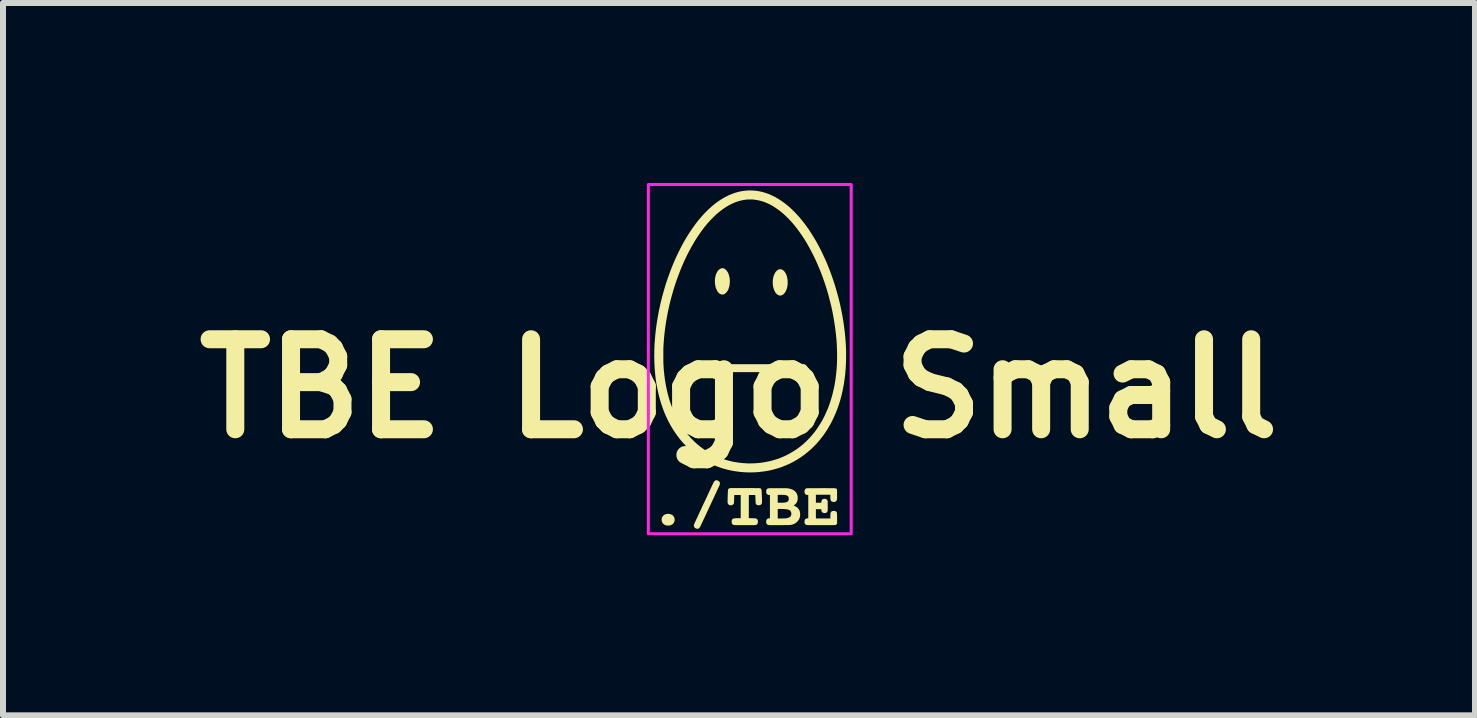
<source format=kicad_pcb>
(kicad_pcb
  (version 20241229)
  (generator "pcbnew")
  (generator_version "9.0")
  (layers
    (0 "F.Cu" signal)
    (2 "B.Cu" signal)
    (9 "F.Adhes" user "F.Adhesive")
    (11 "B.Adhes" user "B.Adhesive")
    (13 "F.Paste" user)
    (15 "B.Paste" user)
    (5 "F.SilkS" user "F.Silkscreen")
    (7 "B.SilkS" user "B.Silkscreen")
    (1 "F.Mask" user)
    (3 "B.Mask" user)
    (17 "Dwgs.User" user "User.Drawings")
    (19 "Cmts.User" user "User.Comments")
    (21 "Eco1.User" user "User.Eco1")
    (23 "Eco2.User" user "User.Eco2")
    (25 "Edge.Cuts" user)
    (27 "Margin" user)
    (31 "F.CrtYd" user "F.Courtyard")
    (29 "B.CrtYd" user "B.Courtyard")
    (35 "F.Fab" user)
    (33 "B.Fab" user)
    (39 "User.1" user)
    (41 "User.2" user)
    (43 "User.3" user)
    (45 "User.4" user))
  (footprint "TBE Logo Small"
    (layer "F.Cu")
    (at 9.264 3.425)
    (property "Reference" "TBE Logo Small" (at 0 0 0) (layer "F.SilkS") (effects (font (size 1.5 1.5) (thickness 0.3))))
    (attr board_only exclude_from_pos_files exclude_from_bom)
    (fp_poly (pts (xy -1.171 2.088) (xy -1.157 2.09) (xy -1.147 2.092) (xy -1.128 2.098) (xy -1.112 2.107) (xy -1.099 2.118) (xy -1.088 2.131) (xy -1.08 2.146) (xy -1.074 2.162) (xy -1.072 2.179) (xy -1.073 2.198) (xy -1.076 2.215) (xy -1.083 2.231) (xy -1.092 2.245) (xy -1.104 2.258) (xy -1.119 2.268) (xy -1.136 2.276) (xy -1.138 2.277) (xy -1.145 2.279) (xy -1.15 2.281) (xy -1.156 2.282) (xy -1.163 2.282) (xy -1.173 2.283) (xy -1.176 2.283) (xy -1.191 2.283) (xy -1.202 2.282) (xy -1.209 2.281) (xy -1.228 2.275) (xy -1.244 2.267) (xy -1.258 2.256) (xy -1.27 2.244) (xy -1.279 2.229) (xy -1.285 2.212) (xy -1.286 2.209) (xy -1.288 2.197) (xy -1.288 2.185) (xy -1.288 2.172) (xy -1.286 2.16) (xy -1.284 2.153) (xy -1.276 2.137) (xy -1.266 2.123) (xy -1.253 2.111) (xy -1.239 2.101) (xy -1.222 2.094) (xy -1.214 2.092) (xy -1.201 2.089) (xy -1.187 2.088)) (stroke (width 0) (type solid)) (fill yes) (layer "F.SilkS"))
    (fp_poly (pts (xy 0.699 -1.988) (xy 0.714 -1.984) (xy 0.728 -1.977) (xy 0.742 -1.967) (xy 0.755 -1.954) (xy 0.767 -1.938) (xy 0.778 -1.92) (xy 0.783 -1.911) (xy 0.792 -1.889) (xy 0.8 -1.864) (xy 0.806 -1.838) (xy 0.81 -1.813) (xy 0.811 -1.803) (xy 0.811 -1.791) (xy 0.812 -1.777) (xy 0.812 -1.762) (xy 0.811 -1.748) (xy 0.811 -1.734) (xy 0.81 -1.723) (xy 0.809 -1.721) (xy 0.805 -1.694) (xy 0.799 -1.67) (xy 0.791 -1.647) (xy 0.782 -1.626) (xy 0.771 -1.607) (xy 0.759 -1.59) (xy 0.746 -1.576) (xy 0.733 -1.565) (xy 0.718 -1.557) (xy 0.71 -1.554) (xy 0.699 -1.551) (xy 0.688 -1.55) (xy 0.677 -1.551) (xy 0.667 -1.552) (xy 0.667 -1.553) (xy 0.652 -1.559) (xy 0.637 -1.569) (xy 0.623 -1.582) (xy 0.61 -1.597) (xy 0.599 -1.615) (xy 0.589 -1.636) (xy 0.58 -1.659) (xy 0.573 -1.683) (xy 0.57 -1.696) (xy 0.565 -1.726) (xy 0.563 -1.757) (xy 0.563 -1.788) (xy 0.566 -1.818) (xy 0.571 -1.847) (xy 0.578 -1.875) (xy 0.588 -1.901) (xy 0.6 -1.925) (xy 0.608 -1.938) (xy 0.615 -1.948) (xy 0.624 -1.957) (xy 0.633 -1.966) (xy 0.643 -1.974) (xy 0.652 -1.98) (xy 0.653 -1.981) (xy 0.668 -1.986) (xy 0.684 -1.989)) (stroke (width 0) (type solid)) (fill yes) (layer "F.SilkS"))
    (fp_poly (pts (xy -0.264 -2.005) (xy -0.25 -2.001) (xy -0.235 -1.993) (xy -0.221 -1.982) (xy -0.214 -1.976) (xy -0.201 -1.96) (xy -0.189 -1.942) (xy -0.178 -1.921) (xy -0.169 -1.897) (xy -0.162 -1.872) (xy -0.156 -1.845) (xy -0.154 -1.824) (xy -0.153 -1.812) (xy -0.152 -1.798) (xy -0.152 -1.783) (xy -0.153 -1.767) (xy -0.154 -1.752) (xy -0.155 -1.739) (xy -0.156 -1.728) (xy -0.156 -1.726) (xy -0.162 -1.699) (xy -0.17 -1.673) (xy -0.179 -1.649) (xy -0.19 -1.628) (xy -0.191 -1.626) (xy -0.199 -1.614) (xy -0.209 -1.603) (xy -0.22 -1.592) (xy -0.231 -1.582) (xy -0.242 -1.576) (xy -0.243 -1.575) (xy -0.25 -1.572) (xy -0.255 -1.57) (xy -0.26 -1.569) (xy -0.266 -1.568) (xy -0.274 -1.568) (xy -0.284 -1.568) (xy -0.291 -1.568) (xy -0.297 -1.569) (xy -0.3 -1.57) (xy -0.316 -1.578) (xy -0.33 -1.588) (xy -0.344 -1.601) (xy -0.356 -1.617) (xy -0.367 -1.636) (xy -0.377 -1.657) (xy -0.386 -1.679) (xy -0.392 -1.704) (xy -0.397 -1.731) (xy -0.4 -1.752) (xy -0.401 -1.766) (xy -0.401 -1.782) (xy -0.401 -1.799) (xy -0.4 -1.816) (xy -0.399 -1.831) (xy -0.397 -1.844) (xy -0.392 -1.87) (xy -0.385 -1.895) (xy -0.376 -1.919) (xy -0.366 -1.94) (xy -0.363 -1.945) (xy -0.355 -1.957) (xy -0.346 -1.969) (xy -0.335 -1.979) (xy -0.324 -1.988) (xy -0.314 -1.995) (xy -0.311 -1.997) (xy -0.295 -2.003) (xy -0.28 -2.006)) (stroke (width 0) (type solid)) (fill yes) (layer "F.SilkS"))
    (fp_poly (pts (xy 0.191 -0.406) (xy 1.09 -0.406) (xy 1.101 -0.4) (xy 1.114 -0.392) (xy 1.125 -0.382) (xy 1.133 -0.37) (xy 1.136 -0.36) (xy 1.139 -0.347) (xy 1.14 -0.335) (xy 1.137 -0.323) (xy 1.137 -0.321) (xy 1.131 -0.307) (xy 1.122 -0.295) (xy 1.111 -0.285) (xy 1.099 -0.279) (xy 1.09 -0.274) (xy 0.19 -0.274) (xy 0.123 -0.274) (xy 0.061 -0.274) (xy 0.001 -0.274) (xy -0.056 -0.274) (xy -0.109 -0.274) (xy -0.16 -0.274) (xy -0.207 -0.274) (xy -0.252 -0.274) (xy -0.294 -0.274) (xy -0.333 -0.274) (xy -0.37 -0.274) (xy -0.405 -0.274) (xy -0.437 -0.274) (xy -0.466 -0.274) (xy -0.494 -0.274) (xy -0.519 -0.274) (xy -0.543 -0.274) (xy -0.564 -0.274) (xy -0.584 -0.274) (xy -0.601 -0.274) (xy -0.618 -0.274) (xy -0.632 -0.274) (xy -0.645 -0.274) (xy -0.657 -0.274) (xy -0.667 -0.275) (xy -0.676 -0.275) (xy -0.684 -0.275) (xy -0.691 -0.275) (xy -0.697 -0.275) (xy -0.702 -0.275) (xy -0.706 -0.275) (xy -0.709 -0.275) (xy -0.712 -0.276) (xy -0.714 -0.276) (xy -0.716 -0.276) (xy -0.717 -0.276) (xy -0.719 -0.276) (xy -0.72 -0.277) (xy -0.72 -0.277) (xy -0.72 -0.277) (xy -0.728 -0.28) (xy -0.735 -0.284) (xy -0.739 -0.287) (xy -0.75 -0.297) (xy -0.758 -0.308) (xy -0.763 -0.321) (xy -0.765 -0.334) (xy -0.765 -0.347) (xy -0.763 -0.36) (xy -0.758 -0.372) (xy -0.75 -0.383) (xy -0.741 -0.392) (xy -0.729 -0.4) (xy -0.72 -0.403) (xy -0.708 -0.407)) (stroke (width 0) (type solid)) (fill yes) (layer "F.SilkS"))
    (fp_poly (pts (xy -0.36 1.531) (xy -0.351 1.534) (xy -0.338 1.541) (xy -0.328 1.55) (xy -0.321 1.561) (xy -0.318 1.572) (xy -0.317 1.586) (xy -0.32 1.6) (xy -0.322 1.606) (xy -0.323 1.608) (xy -0.325 1.614) (xy -0.329 1.622) (xy -0.334 1.633) (xy -0.34 1.646) (xy -0.347 1.661) (xy -0.355 1.679) (xy -0.364 1.698) (xy -0.374 1.719) (xy -0.384 1.742) (xy -0.396 1.766) (xy -0.407 1.791) (xy -0.419 1.817) (xy -0.432 1.844) (xy -0.445 1.872) (xy -0.458 1.9) (xy -0.471 1.929) (xy -0.485 1.957) (xy -0.498 1.986) (xy -0.511 2.014) (xy -0.524 2.042) (xy -0.537 2.07) (xy -0.549 2.097) (xy -0.562 2.123) (xy -0.573 2.147) (xy -0.584 2.171) (xy -0.595 2.193) (xy -0.604 2.214) (xy -0.613 2.232) (xy -0.621 2.249) (xy -0.628 2.264) (xy -0.634 2.276) (xy -0.638 2.286) (xy -0.642 2.294) (xy -0.644 2.298) (xy -0.645 2.299) (xy -0.649 2.307) (xy -0.654 2.314) (xy -0.659 2.32) (xy -0.659 2.321) (xy -0.668 2.329) (xy -0.677 2.334) (xy -0.686 2.337) (xy -0.698 2.336) (xy -0.701 2.336) (xy -0.712 2.333) (xy -0.724 2.328) (xy -0.734 2.321) (xy -0.742 2.313) (xy -0.747 2.305) (xy -0.75 2.297) (xy -0.751 2.288) (xy -0.751 2.278) (xy -0.749 2.268) (xy -0.744 2.255) (xy -0.741 2.247) (xy -0.74 2.244) (xy -0.737 2.238) (xy -0.733 2.229) (xy -0.728 2.218) (xy -0.722 2.205) (xy -0.715 2.189) (xy -0.707 2.172) (xy -0.697 2.152) (xy -0.688 2.131) (xy -0.677 2.108) (xy -0.666 2.084) (xy -0.654 2.059) (xy -0.642 2.033) (xy -0.629 2.006) (xy -0.617 1.978) (xy -0.604 1.95) (xy -0.591 1.922) (xy -0.577 1.894) (xy -0.564 1.866) (xy -0.551 1.838) (xy -0.538 1.811) (xy -0.526 1.784) (xy -0.514 1.758) (xy -0.502 1.733) (xy -0.491 1.709) (xy -0.481 1.687) (xy -0.471 1.666) (xy -0.462 1.647) (xy -0.454 1.629) (xy -0.447 1.614) (xy -0.44 1.601) (xy -0.436 1.591) (xy -0.432 1.583) (xy -0.429 1.578) (xy -0.429 1.577) (xy -0.421 1.562) (xy -0.413 1.55) (xy -0.406 1.541) (xy -0.398 1.534) (xy -0.39 1.53) (xy -0.382 1.528) (xy -0.373 1.528)) (stroke (width 0) (type solid)) (fill yes) (layer "F.SilkS"))
    (fp_poly (pts (xy 0.015 1.658) (xy 0.044 1.658) (xy 0.076 1.658) (xy 0.104 1.658) (xy 0.138 1.658) (xy 0.168 1.658) (xy 0.196 1.658) (xy 0.22 1.658) (xy 0.242 1.658) (xy 0.261 1.659) (xy 0.278 1.659) (xy 0.292 1.659) (xy 0.305 1.659) (xy 0.315 1.659) (xy 0.324 1.659) (xy 0.332 1.659) (xy 0.338 1.66) (xy 0.342 1.66) (xy 0.346 1.66) (xy 0.349 1.66) (xy 0.351 1.661) (xy 0.353 1.661) (xy 0.355 1.661) (xy 0.356 1.662) (xy 0.356 1.662) (xy 0.363 1.665) (xy 0.368 1.67) (xy 0.371 1.676) (xy 0.374 1.684) (xy 0.376 1.695) (xy 0.378 1.704) (xy 0.378 1.709) (xy 0.379 1.717) (xy 0.379 1.728) (xy 0.38 1.741) (xy 0.38 1.755) (xy 0.381 1.77) (xy 0.382 1.786) (xy 0.382 1.802) (xy 0.383 1.818) (xy 0.383 1.834) (xy 0.383 1.849) (xy 0.384 1.863) (xy 0.384 1.874) (xy 0.384 1.884) (xy 0.384 1.891) (xy 0.384 1.895) (xy 0.384 1.896) (xy 0.382 1.908) (xy 0.379 1.917) (xy 0.375 1.925) (xy 0.369 1.931) (xy 0.361 1.938) (xy 0.35 1.942) (xy 0.338 1.944) (xy 0.324 1.945) (xy 0.311 1.943) (xy 0.3 1.939) (xy 0.292 1.934) (xy 0.286 1.926) (xy 0.281 1.915) (xy 0.279 1.91) (xy 0.278 1.905) (xy 0.277 1.897) (xy 0.277 1.886) (xy 0.276 1.871) (xy 0.275 1.853) (xy 0.275 1.848) (xy 0.275 1.835) (xy 0.274 1.822) (xy 0.274 1.81) (xy 0.273 1.799) (xy 0.273 1.791) (xy 0.272 1.786) (xy 0.272 1.785) (xy 0.271 1.774) (xy 0.218 1.774) (xy 0.164 1.774) (xy 0.164 1.967) (xy 0.164 2.16) (xy 0.21 2.16) (xy 0.223 2.16) (xy 0.235 2.161) (xy 0.247 2.161) (xy 0.256 2.161) (xy 0.264 2.162) (xy 0.268 2.162) (xy 0.282 2.165) (xy 0.294 2.17) (xy 0.303 2.178) (xy 0.31 2.187) (xy 0.314 2.199) (xy 0.316 2.214) (xy 0.316 2.218) (xy 0.315 2.234) (xy 0.312 2.247) (xy 0.306 2.257) (xy 0.298 2.265) (xy 0.295 2.267) (xy 0.292 2.269) (xy 0.29 2.27) (xy 0.287 2.271) (xy 0.284 2.272) (xy 0.281 2.273) (xy 0.277 2.274) (xy 0.271 2.274) (xy 0.265 2.275) (xy 0.257 2.275) (xy 0.248 2.276) (xy 0.237 2.276) (xy 0.224 2.276) (xy 0.209 2.276) (xy 0.191 2.276) (xy 0.171 2.276) (xy 0.147 2.276) (xy 0.121 2.276) (xy 0.097 2.276) (xy 0.073 2.276) (xy 0.05 2.276) (xy 0.028 2.276) (xy 0.007 2.276) (xy -0.011 2.276) (xy -0.029 2.276) (xy -0.044 2.276) (xy -0.056 2.275) (xy -0.066 2.275) (xy -0.074 2.275) (xy -0.078 2.275) (xy -0.079 2.275) (xy -0.09 2.272) (xy -0.1 2.267) (xy -0.108 2.262) (xy -0.11 2.259) (xy -0.115 2.251) (xy -0.119 2.242) (xy -0.121 2.231) (xy -0.121 2.218) (xy -0.121 2.205) (xy -0.119 2.195) (xy -0.116 2.186) (xy -0.111 2.179) (xy -0.11 2.178) (xy -0.106 2.174) (xy -0.101 2.17) (xy -0.095 2.167) (xy -0.088 2.165) (xy -0.079 2.163) (xy -0.068 2.162) (xy -0.055 2.161) (xy -0.039 2.16) (xy -0.021 2.16) (xy -0.016 2.16) (xy 0.029 2.16) (xy 0.029 1.967) (xy 0.029 1.774) (xy -0.025 1.774) (xy -0.078 1.774) (xy -0.079 1.8) (xy -0.08 1.81) (xy -0.08 1.822) (xy -0.08 1.836) (xy -0.081 1.85) (xy -0.081 1.864) (xy -0.081 1.865) (xy -0.082 1.88) (xy -0.082 1.892) (xy -0.083 1.901) (xy -0.084 1.909) (xy -0.086 1.915) (xy -0.088 1.92) (xy -0.091 1.924) (xy -0.094 1.928) (xy -0.096 1.93) (xy -0.105 1.937) (xy -0.113 1.942) (xy -0.123 1.944) (xy -0.135 1.945) (xy -0.139 1.944) (xy -0.154 1.942) (xy -0.166 1.938) (xy -0.175 1.931) (xy -0.182 1.922) (xy -0.187 1.91) (xy -0.19 1.898) (xy -0.19 1.895) (xy -0.19 1.888) (xy -0.19 1.879) (xy -0.19 1.868) (xy -0.189 1.855) (xy -0.189 1.84) (xy -0.189 1.824) (xy -0.188 1.808) (xy -0.188 1.792) (xy -0.187 1.775) (xy -0.187 1.76) (xy -0.186 1.745) (xy -0.185 1.732) (xy -0.185 1.72) (xy -0.184 1.711) (xy -0.184 1.704) (xy -0.184 1.701) (xy -0.181 1.688) (xy -0.178 1.678) (xy -0.174 1.67) (xy -0.169 1.666) (xy -0.168 1.665) (xy -0.166 1.664) (xy -0.164 1.663) (xy -0.161 1.662) (xy -0.159 1.661) (xy -0.156 1.661) (xy -0.152 1.66) (xy -0.147 1.66) (xy -0.141 1.659) (xy -0.134 1.659) (xy -0.125 1.659) (xy -0.115 1.658) (xy -0.103 1.658) (xy -0.089 1.658) (xy -0.073 1.658) (xy -0.055 1.658) (xy -0.034 1.658) (xy -0.011 1.658)) (stroke (width 0) (type solid)) (fill yes) (layer "F.SilkS"))
    (fp_poly (pts (xy 0.723 1.66) (xy 0.744 1.66) (xy 0.763 1.66) (xy 0.778 1.66) (xy 0.79 1.661) (xy 0.798 1.661) (xy 0.802 1.661) (xy 0.832 1.665) (xy 0.859 1.672) (xy 0.883 1.68) (xy 0.904 1.69) (xy 0.923 1.703) (xy 0.939 1.717) (xy 0.953 1.733) (xy 0.963 1.751) (xy 0.97 1.767) (xy 0.975 1.783) (xy 0.978 1.801) (xy 0.979 1.817) (xy 0.979 1.839) (xy 0.976 1.86) (xy 0.971 1.879) (xy 0.963 1.896) (xy 0.96 1.901) (xy 0.953 1.911) (xy 0.944 1.922) (xy 0.933 1.932) (xy 0.923 1.941) (xy 0.921 1.942) (xy 0.911 1.949) (xy 0.924 1.954) (xy 0.939 1.961) (xy 0.951 1.968) (xy 0.962 1.976) (xy 0.972 1.984) (xy 0.979 1.991) (xy 0.991 2.004) (xy 1 2.017) (xy 1.007 2.031) (xy 1.013 2.046) (xy 1.015 2.052) (xy 1.016 2.059) (xy 1.018 2.066) (xy 1.018 2.072) (xy 1.019 2.079) (xy 1.019 2.089) (xy 1.019 2.096) (xy 1.019 2.113) (xy 1.018 2.127) (xy 1.015 2.14) (xy 1.012 2.152) (xy 1.007 2.165) (xy 1.007 2.166) (xy 0.997 2.185) (xy 0.983 2.204) (xy 0.968 2.221) (xy 0.95 2.236) (xy 0.931 2.249) (xy 0.911 2.259) (xy 0.89 2.266) (xy 0.885 2.268) (xy 0.88 2.269) (xy 0.875 2.27) (xy 0.871 2.271) (xy 0.866 2.272) (xy 0.86 2.273) (xy 0.854 2.273) (xy 0.847 2.274) (xy 0.839 2.274) (xy 0.829 2.275) (xy 0.817 2.275) (xy 0.804 2.275) (xy 0.789 2.275) (xy 0.771 2.275) (xy 0.751 2.275) (xy 0.729 2.276) (xy 0.703 2.276) (xy 0.674 2.276) (xy 0.645 2.276) (xy 0.62 2.276) (xy 0.597 2.276) (xy 0.577 2.276) (xy 0.56 2.276) (xy 0.546 2.276) (xy 0.533 2.276) (xy 0.523 2.276) (xy 0.514 2.275) (xy 0.507 2.275) (xy 0.502 2.275) (xy 0.498 2.275) (xy 0.495 2.274) (xy 0.493 2.274) (xy 0.48 2.27) (xy 0.47 2.264) (xy 0.462 2.256) (xy 0.457 2.246) (xy 0.454 2.233) (xy 0.453 2.218) (xy 0.453 2.218) (xy 0.454 2.203) (xy 0.458 2.19) (xy 0.464 2.18) (xy 0.473 2.172) (xy 0.484 2.166) (xy 0.498 2.163) (xy 0.502 2.162) (xy 0.516 2.161) (xy 0.516 2.006) (xy 0.646 2.006) (xy 0.646 2.086) (xy 0.646 2.166) (xy 0.708 2.165) (xy 0.723 2.165) (xy 0.737 2.164) (xy 0.751 2.164) (xy 0.763 2.163) (xy 0.772 2.163) (xy 0.78 2.162) (xy 0.784 2.162) (xy 0.805 2.158) (xy 0.823 2.153) (xy 0.838 2.147) (xy 0.85 2.139) (xy 0.86 2.13) (xy 0.866 2.118) (xy 0.871 2.105) (xy 0.873 2.094) (xy 0.873 2.079) (xy 0.87 2.064) (xy 0.865 2.051) (xy 0.858 2.039) (xy 0.855 2.035) (xy 0.847 2.029) (xy 0.839 2.024) (xy 0.829 2.02) (xy 0.817 2.016) (xy 0.803 2.013) (xy 0.787 2.011) (xy 0.768 2.009) (xy 0.746 2.007) (xy 0.722 2.007) (xy 0.694 2.006) (xy 0.693 2.006) (xy 0.646 2.006) (xy 0.516 2.006) (xy 0.516 1.968) (xy 0.516 1.774) (xy 0.503 1.774) (xy 0.489 1.772) (xy 0.486 1.771) (xy 0.646 1.771) (xy 0.646 1.836) (xy 0.646 1.902) (xy 0.687 1.902) (xy 0.7 1.902) (xy 0.714 1.902) (xy 0.726 1.902) (xy 0.737 1.901) (xy 0.746 1.901) (xy 0.749 1.9) (xy 0.768 1.898) (xy 0.784 1.895) (xy 0.797 1.891) (xy 0.808 1.885) (xy 0.816 1.878) (xy 0.823 1.869) (xy 0.825 1.865) (xy 0.827 1.862) (xy 0.828 1.858) (xy 0.829 1.854) (xy 0.83 1.848) (xy 0.83 1.84) (xy 0.83 1.836) (xy 0.829 1.825) (xy 0.828 1.815) (xy 0.826 1.808) (xy 0.823 1.801) (xy 0.818 1.795) (xy 0.816 1.794) (xy 0.81 1.789) (xy 0.803 1.784) (xy 0.795 1.78) (xy 0.786 1.777) (xy 0.774 1.775) (xy 0.761 1.773) (xy 0.745 1.772) (xy 0.727 1.771) (xy 0.706 1.771) (xy 0.691 1.771) (xy 0.646 1.771) (xy 0.486 1.771) (xy 0.477 1.767) (xy 0.468 1.76) (xy 0.461 1.751) (xy 0.457 1.745) (xy 0.456 1.741) (xy 0.455 1.737) (xy 0.454 1.731) (xy 0.454 1.724) (xy 0.454 1.717) (xy 0.454 1.708) (xy 0.454 1.701) (xy 0.455 1.696) (xy 0.456 1.692) (xy 0.458 1.687) (xy 0.464 1.677) (xy 0.473 1.669) (xy 0.483 1.663) (xy 0.485 1.663) (xy 0.487 1.662) (xy 0.489 1.662) (xy 0.493 1.662) (xy 0.497 1.661) (xy 0.502 1.661) (xy 0.509 1.661) (xy 0.517 1.661) (xy 0.528 1.66) (xy 0.54 1.66) (xy 0.555 1.66) (xy 0.573 1.66) (xy 0.593 1.66) (xy 0.616 1.66) (xy 0.637 1.66) (xy 0.669 1.66) (xy 0.698 1.66)) (stroke (width 0) (type solid)) (fill yes) (layer "F.SilkS"))
    (fp_poly (pts (xy 1.434 1.659) (xy 1.462 1.66) (xy 1.486 1.66) (xy 1.508 1.66) (xy 1.527 1.66) (xy 1.544 1.66) (xy 1.558 1.66) (xy 1.571 1.66) (xy 1.581 1.66) (xy 1.59 1.661) (xy 1.597 1.661) (xy 1.603 1.662) (xy 1.608 1.662) (xy 1.612 1.663) (xy 1.615 1.663) (xy 1.617 1.664) (xy 1.619 1.665) (xy 1.621 1.666) (xy 1.622 1.667) (xy 1.623 1.669) (xy 1.624 1.669) (xy 1.626 1.672) (xy 1.628 1.674) (xy 1.63 1.677) (xy 1.631 1.68) (xy 1.632 1.684) (xy 1.633 1.69) (xy 1.634 1.697) (xy 1.634 1.706) (xy 1.635 1.717) (xy 1.635 1.73) (xy 1.635 1.747) (xy 1.635 1.766) (xy 1.635 1.766) (xy 1.635 1.785) (xy 1.635 1.8) (xy 1.635 1.813) (xy 1.634 1.823) (xy 1.634 1.831) (xy 1.634 1.838) (xy 1.634 1.843) (xy 1.633 1.847) (xy 1.633 1.85) (xy 1.632 1.853) (xy 1.631 1.855) (xy 1.627 1.867) (xy 1.619 1.876) (xy 1.61 1.883) (xy 1.598 1.888) (xy 1.585 1.89) (xy 1.57 1.889) (xy 1.566 1.889) (xy 1.554 1.885) (xy 1.544 1.881) (xy 1.536 1.874) (xy 1.531 1.865) (xy 1.53 1.863) (xy 1.527 1.856) (xy 1.526 1.848) (xy 1.524 1.839) (xy 1.523 1.827) (xy 1.523 1.813) (xy 1.523 1.8) (xy 1.523 1.769) (xy 1.402 1.769) (xy 1.282 1.769) (xy 1.282 1.836) (xy 1.282 1.902) (xy 1.327 1.902) (xy 1.372 1.902) (xy 1.373 1.89) (xy 1.375 1.874) (xy 1.38 1.862) (xy 1.386 1.852) (xy 1.394 1.845) (xy 1.405 1.84) (xy 1.406 1.84) (xy 1.416 1.838) (xy 1.427 1.837) (xy 1.438 1.838) (xy 1.448 1.841) (xy 1.451 1.842) (xy 1.461 1.848) (xy 1.469 1.856) (xy 1.475 1.866) (xy 1.476 1.866) (xy 1.476 1.868) (xy 1.477 1.87) (xy 1.478 1.872) (xy 1.478 1.876) (xy 1.478 1.88) (xy 1.479 1.885) (xy 1.479 1.892) (xy 1.479 1.901) (xy 1.479 1.913) (xy 1.479 1.927) (xy 1.479 1.944) (xy 1.479 1.954) (xy 1.479 1.973) (xy 1.479 1.989) (xy 1.479 2.001) (xy 1.479 2.012) (xy 1.479 2.02) (xy 1.479 2.026) (xy 1.478 2.031) (xy 1.478 2.035) (xy 1.477 2.038) (xy 1.477 2.041) (xy 1.476 2.043) (xy 1.475 2.045) (xy 1.47 2.056) (xy 1.462 2.065) (xy 1.452 2.07) (xy 1.439 2.074) (xy 1.425 2.075) (xy 1.423 2.074) (xy 1.409 2.073) (xy 1.397 2.068) (xy 1.388 2.062) (xy 1.381 2.053) (xy 1.376 2.042) (xy 1.373 2.028) (xy 1.373 2.023) (xy 1.372 2.01) (xy 1.327 2.01) (xy 1.282 2.01) (xy 1.282 2.088) (xy 1.282 2.165) (xy 1.402 2.165) (xy 1.523 2.165) (xy 1.523 2.131) (xy 1.523 2.113) (xy 1.524 2.098) (xy 1.525 2.085) (xy 1.526 2.075) (xy 1.529 2.067) (xy 1.532 2.06) (xy 1.536 2.055) (xy 1.54 2.05) (xy 1.548 2.045) (xy 1.556 2.042) (xy 1.566 2.04) (xy 1.578 2.039) (xy 1.584 2.039) (xy 1.593 2.04) (xy 1.599 2.04) (xy 1.603 2.041) (xy 1.608 2.043) (xy 1.612 2.045) (xy 1.621 2.051) (xy 1.625 2.057) (xy 1.627 2.061) (xy 1.629 2.064) (xy 1.631 2.067) (xy 1.632 2.071) (xy 1.633 2.076) (xy 1.633 2.082) (xy 1.634 2.09) (xy 1.634 2.099) (xy 1.634 2.11) (xy 1.635 2.124) (xy 1.635 2.14) (xy 1.635 2.16) (xy 1.635 2.165) (xy 1.635 2.248) (xy 1.63 2.257) (xy 1.625 2.264) (xy 1.619 2.27) (xy 1.611 2.273) (xy 1.604 2.275) (xy 1.601 2.275) (xy 1.595 2.275) (xy 1.586 2.275) (xy 1.574 2.275) (xy 1.559 2.276) (xy 1.543 2.276) (xy 1.525 2.276) (xy 1.505 2.276) (xy 1.483 2.276) (xy 1.46 2.276) (xy 1.437 2.276) (xy 1.412 2.276) (xy 1.388 2.276) (xy 1.363 2.276) (xy 1.338 2.276) (xy 1.313 2.276) (xy 1.289 2.276) (xy 1.266 2.276) (xy 1.244 2.276) (xy 1.223 2.276) (xy 1.204 2.276) (xy 1.186 2.276) (xy 1.171 2.276) (xy 1.158 2.275) (xy 1.147 2.275) (xy 1.139 2.275) (xy 1.135 2.275) (xy 1.134 2.275) (xy 1.121 2.271) (xy 1.11 2.265) (xy 1.102 2.257) (xy 1.096 2.247) (xy 1.095 2.243) (xy 1.093 2.236) (xy 1.092 2.226) (xy 1.092 2.215) (xy 1.093 2.205) (xy 1.094 2.196) (xy 1.095 2.195) (xy 1.1 2.184) (xy 1.107 2.175) (xy 1.117 2.169) (xy 1.129 2.164) (xy 1.142 2.162) (xy 1.155 2.162) (xy 1.155 1.968) (xy 1.155 1.774) (xy 1.142 1.774) (xy 1.128 1.772) (xy 1.116 1.767) (xy 1.106 1.76) (xy 1.099 1.75) (xy 1.095 1.738) (xy 1.092 1.724) (xy 1.092 1.717) (xy 1.093 1.703) (xy 1.095 1.692) (xy 1.099 1.683) (xy 1.104 1.676) (xy 1.111 1.669) (xy 1.12 1.664) (xy 1.131 1.661) (xy 1.134 1.661) (xy 1.139 1.661) (xy 1.146 1.661) (xy 1.156 1.66) (xy 1.169 1.66) (xy 1.184 1.66) (xy 1.202 1.66) (xy 1.223 1.66) (xy 1.247 1.66) (xy 1.274 1.66) (xy 1.304 1.66) (xy 1.337 1.66) (xy 1.37 1.659) (xy 1.404 1.659)) (stroke (width 0) (type solid)) (fill yes) (layer "F.SilkS"))
    (fp_poly (pts (xy 0.239 -3.3) (xy 0.291 -3.295) (xy 0.293 -3.295) (xy 0.345 -3.286) (xy 0.398 -3.274) (xy 0.449 -3.258) (xy 0.501 -3.24) (xy 0.552 -3.217) (xy 0.603 -3.191) (xy 0.654 -3.162) (xy 0.704 -3.13) (xy 0.754 -3.094) (xy 0.804 -3.055) (xy 0.847 -3.018) (xy 0.868 -2.999) (xy 0.89 -2.978) (xy 0.914 -2.955) (xy 0.937 -2.931) (xy 0.961 -2.906) (xy 0.983 -2.881) (xy 1.005 -2.857) (xy 1.013 -2.848) (xy 1.062 -2.788) (xy 1.11 -2.726) (xy 1.157 -2.66) (xy 1.203 -2.591) (xy 1.247 -2.52) (xy 1.29 -2.447) (xy 1.332 -2.37) (xy 1.372 -2.292) (xy 1.41 -2.212) (xy 1.448 -2.129) (xy 1.483 -2.045) (xy 1.517 -1.959) (xy 1.549 -1.871) (xy 1.579 -1.783) (xy 1.608 -1.692) (xy 1.634 -1.601) (xy 1.659 -1.509) (xy 1.682 -1.416) (xy 1.702 -1.322) (xy 1.721 -1.228) (xy 1.737 -1.133) (xy 1.751 -1.038) (xy 1.763 -0.943) (xy 1.766 -0.913) (xy 1.775 -0.812) (xy 1.782 -0.713) (xy 1.785 -0.615) (xy 1.785 -0.518) (xy 1.783 -0.424) (xy 1.778 -0.331) (xy 1.77 -0.239) (xy 1.759 -0.149) (xy 1.746 -0.061) (xy 1.729 0.025) (xy 1.71 0.109) (xy 1.688 0.192) (xy 1.688 0.192) (xy 1.664 0.269) (xy 1.638 0.343) (xy 1.609 0.416) (xy 1.578 0.486) (xy 1.545 0.554) (xy 1.509 0.62) (xy 1.471 0.684) (xy 1.431 0.745) (xy 1.388 0.804) (xy 1.343 0.861) (xy 1.296 0.915) (xy 1.247 0.966) (xy 1.196 1.015) (xy 1.142 1.061) (xy 1.087 1.105) (xy 1.029 1.146) (xy 1.025 1.148) (xy 0.966 1.186) (xy 0.905 1.221) (xy 0.843 1.253) (xy 0.779 1.281) (xy 0.714 1.307) (xy 0.647 1.329) (xy 0.579 1.348) (xy 0.51 1.365) (xy 0.44 1.377) (xy 0.368 1.387) (xy 0.297 1.394) (xy 0.286 1.394) (xy 0.271 1.395) (xy 0.255 1.396) (xy 0.238 1.396) (xy 0.22 1.397) (xy 0.202 1.397) (xy 0.185 1.397) (xy 0.169 1.397) (xy 0.155 1.397) (xy 0.143 1.397) (xy 0.139 1.397) (xy 0.07 1.393) (xy 0.004 1.387) (xy -0.061 1.378) (xy -0.125 1.367) (xy -0.187 1.353) (xy -0.248 1.337) (xy -0.294 1.323) (xy -0.361 1.299) (xy -0.426 1.272) (xy -0.489 1.243) (xy -0.551 1.21) (xy -0.611 1.174) (xy -0.67 1.136) (xy -0.714 1.104) (xy -0.744 1.081) (xy -0.773 1.058) (xy -0.801 1.034) (xy -0.828 1.01) (xy -0.855 0.984) (xy -0.877 0.962) (xy -0.927 0.91) (xy -0.974 0.855) (xy -1.019 0.797) (xy -1.062 0.737) (xy -1.103 0.675) (xy -1.141 0.611) (xy -1.177 0.544) (xy -1.21 0.475) (xy -1.241 0.404) (xy -1.269 0.331) (xy -1.295 0.255) (xy -1.318 0.178) (xy -1.339 0.099) (xy -1.357 0.018) (xy -1.373 -0.065) (xy -1.386 -0.15) (xy -1.396 -0.237) (xy -1.404 -0.325) (xy -1.407 -0.38) (xy -1.41 -0.437) (xy -1.411 -0.496) (xy -1.412 -0.556) (xy -1.411 -0.565) (xy -1.26 -0.565) (xy -1.26 -0.547) (xy -1.26 -0.519) (xy -1.26 -0.494) (xy -1.26 -0.472) (xy -1.26 -0.451) (xy -1.259 -0.433) (xy -1.259 -0.415) (xy -1.258 -0.398) (xy -1.257 -0.382) (xy -1.256 -0.365) (xy -1.255 -0.348) (xy -1.254 -0.33) (xy -1.252 -0.311) (xy -1.252 -0.305) (xy -1.243 -0.22) (xy -1.232 -0.137) (xy -1.218 -0.055) (xy -1.202 0.024) (xy -1.183 0.102) (xy -1.162 0.178) (xy -1.138 0.251) (xy -1.111 0.322) (xy -1.083 0.392) (xy -1.051 0.459) (xy -1.018 0.523) (xy -0.981 0.586) (xy -0.943 0.646) (xy -0.902 0.704) (xy -0.859 0.759) (xy -0.84 0.781) (xy -0.819 0.805) (xy -0.796 0.83) (xy -0.772 0.854) (xy -0.748 0.879) (xy -0.723 0.902) (xy -0.7 0.923) (xy -0.694 0.928) (xy -0.642 0.971) (xy -0.588 1.01) (xy -0.532 1.047) (xy -0.475 1.081) (xy -0.416 1.111) (xy -0.355 1.139) (xy -0.294 1.164) (xy -0.23 1.185) (xy -0.166 1.203) (xy -0.1 1.219) (xy -0.092 1.22) (xy -0.053 1.227) (xy -0.014 1.233) (xy 0.026 1.238) (xy 0.068 1.242) (xy 0.112 1.245) (xy 0.139 1.247) (xy 0.147 1.247) (xy 0.158 1.247) (xy 0.17 1.247) (xy 0.185 1.247) (xy 0.2 1.247) (xy 0.216 1.246) (xy 0.232 1.246) (xy 0.247 1.246) (xy 0.26 1.245) (xy 0.272 1.245) (xy 0.281 1.244) (xy 0.282 1.244) (xy 0.34 1.239) (xy 0.397 1.232) (xy 0.454 1.222) (xy 0.508 1.211) (xy 0.537 1.204) (xy 0.601 1.186) (xy 0.665 1.165) (xy 0.727 1.14) (xy 0.787 1.113) (xy 0.845 1.082) (xy 0.902 1.049) (xy 0.958 1.013) (xy 1.011 0.974) (xy 1.063 0.932) (xy 1.113 0.887) (xy 1.161 0.84) (xy 1.206 0.79) (xy 1.25 0.737) (xy 1.272 0.709) (xy 1.313 0.651) (xy 1.352 0.59) (xy 1.389 0.528) (xy 1.423 0.463) (xy 1.454 0.396) (xy 1.484 0.327) (xy 1.51 0.255) (xy 1.534 0.181) (xy 1.556 0.105) (xy 1.575 0.026) (xy 1.578 0.014) (xy 1.594 -0.065) (xy 1.607 -0.145) (xy 1.618 -0.227) (xy 1.626 -0.312) (xy 1.632 -0.398) (xy 1.635 -0.486) (xy 1.635 -0.575) (xy 1.633 -0.665) (xy 1.629 -0.757) (xy 1.624 -0.825) (xy 1.613 -0.932) (xy 1.599 -1.04) (xy 1.582 -1.148) (xy 1.563 -1.256) (xy 1.54 -1.364) (xy 1.513 -1.472) (xy 1.485 -1.579) (xy 1.453 -1.686) (xy 1.424 -1.775) (xy 1.39 -1.87) (xy 1.355 -1.962) (xy 1.317 -2.052) (xy 1.278 -2.141) (xy 1.236 -2.228) (xy 1.235 -2.23) (xy 1.198 -2.301) (xy 1.161 -2.369) (xy 1.124 -2.434) (xy 1.086 -2.496) (xy 1.046 -2.556) (xy 1.006 -2.613) (xy 0.965 -2.668) (xy 0.923 -2.722) (xy 0.879 -2.774) (xy 0.872 -2.781) (xy 0.863 -2.791) (xy 0.852 -2.803) (xy 0.84 -2.816) (xy 0.826 -2.829) (xy 0.812 -2.844) (xy 0.798 -2.858) (xy 0.784 -2.871) (xy 0.771 -2.884) (xy 0.759 -2.895) (xy 0.749 -2.905) (xy 0.744 -2.909) (xy 0.699 -2.947) (xy 0.653 -2.982) (xy 0.608 -3.013) (xy 0.563 -3.042) (xy 0.518 -3.067) (xy 0.473 -3.088) (xy 0.428 -3.107) (xy 0.382 -3.122) (xy 0.337 -3.134) (xy 0.291 -3.143) (xy 0.245 -3.149) (xy 0.236 -3.15) (xy 0.223 -3.151) (xy 0.208 -3.151) (xy 0.192 -3.151) (xy 0.174 -3.151) (xy 0.156 -3.151) (xy 0.14 -3.15) (xy 0.124 -3.149) (xy 0.112 -3.148) (xy 0.11 -3.147) (xy 0.063 -3.14) (xy 0.017 -3.129) (xy -0.029 -3.116) (xy -0.074 -3.099) (xy -0.119 -3.079) (xy -0.164 -3.056) (xy -0.209 -3.03) (xy -0.253 -3.001) (xy -0.298 -2.968) (xy -0.343 -2.932) (xy -0.362 -2.916) (xy -0.381 -2.9) (xy -0.4 -2.881) (xy -0.421 -2.861) (xy -0.443 -2.839) (xy -0.464 -2.817) (xy -0.485 -2.795) (xy -0.505 -2.773) (xy -0.524 -2.752) (xy -0.526 -2.75) (xy -0.573 -2.693) (xy -0.618 -2.633) (xy -0.663 -2.57) (xy -0.707 -2.504) (xy -0.749 -2.435) (xy -0.79 -2.364) (xy -0.83 -2.291) (xy -0.869 -2.215) (xy -0.906 -2.137) (xy -0.941 -2.058) (xy -0.975 -1.976) (xy -1.007 -1.893) (xy -1.038 -1.809) (xy -1.067 -1.723) (xy -1.094 -1.636) (xy -1.119 -1.548) (xy -1.143 -1.459) (xy -1.164 -1.37) (xy -1.184 -1.279) (xy -1.201 -1.189) (xy -1.217 -1.098) (xy -1.23 -1.007) (xy -1.241 -0.916) (xy -1.25 -0.825) (xy -1.253 -0.778) (xy -1.255 -0.758) (xy -1.256 -0.74) (xy -1.257 -0.724) (xy -1.258 -0.708) (xy -1.259 -0.693) (xy -1.259 -0.678) (xy -1.26 -0.663) (xy -1.26 -0.647) (xy -1.26 -0.63) (xy -1.26 -0.611) (xy -1.26 -0.589) (xy -1.26 -0.565) (xy -1.411 -0.565) (xy -1.411 -0.616) (xy -1.409 -0.676) (xy -1.407 -0.734) (xy -1.406 -0.753) (xy -1.397 -0.863) (xy -1.386 -0.973) (xy -1.371 -1.084) (xy -1.353 -1.195) (xy -1.332 -1.305) (xy -1.308 -1.416) (xy -1.281 -1.526) (xy -1.251 -1.634) (xy -1.219 -1.742) (xy -1.183 -1.849) (xy -1.145 -1.954) (xy -1.105 -2.057) (xy -1.061 -2.158) (xy -1.044 -2.196) (xy -1.038 -2.209) (xy -1.031 -2.225) (xy -1.022 -2.242) (xy -1.013 -2.261) (xy -1.003 -2.281) (xy -0.993 -2.301) (xy -0.983 -2.321) (xy -0.974 -2.34) (xy -0.965 -2.357) (xy -0.957 -2.373) (xy -0.949 -2.387) (xy -0.947 -2.392) (xy -0.906 -2.466) (xy -0.863 -2.537) (xy -0.82 -2.605) (xy -0.776 -2.67) (xy -0.731 -2.733) (xy -0.685 -2.793) (xy -0.638 -2.849) (xy -0.59 -2.903) (xy -0.542 -2.953) (xy -0.493 -3) (xy -0.443 -3.044) (xy -0.393 -3.085) (xy -0.374 -3.099) (xy -0.325 -3.134) (xy -0.274 -3.166) (xy -0.224 -3.194) (xy -0.173 -3.22) (xy -0.122 -3.241) (xy -0.071 -3.26) (xy -0.02 -3.275) (xy 0.032 -3.287) (xy 0.084 -3.295) (xy 0.135 -3.3) (xy 0.187 -3.302)) (stroke (width 0) (type solid)) (fill yes) (layer "F.SilkS"))
    (fp_rect (start -1.51 -3.4) (end 1.87 2.42) (stroke (width 0.05) (type default)) (fill no) (layer "F.CrtYd")))
  (gr_rect
    (start -3 -3)
    (end 21.529 8.87)
    (stroke (width 0.1) (type default))
    (fill no)
    (layer "Edge.Cuts")))
</source>
